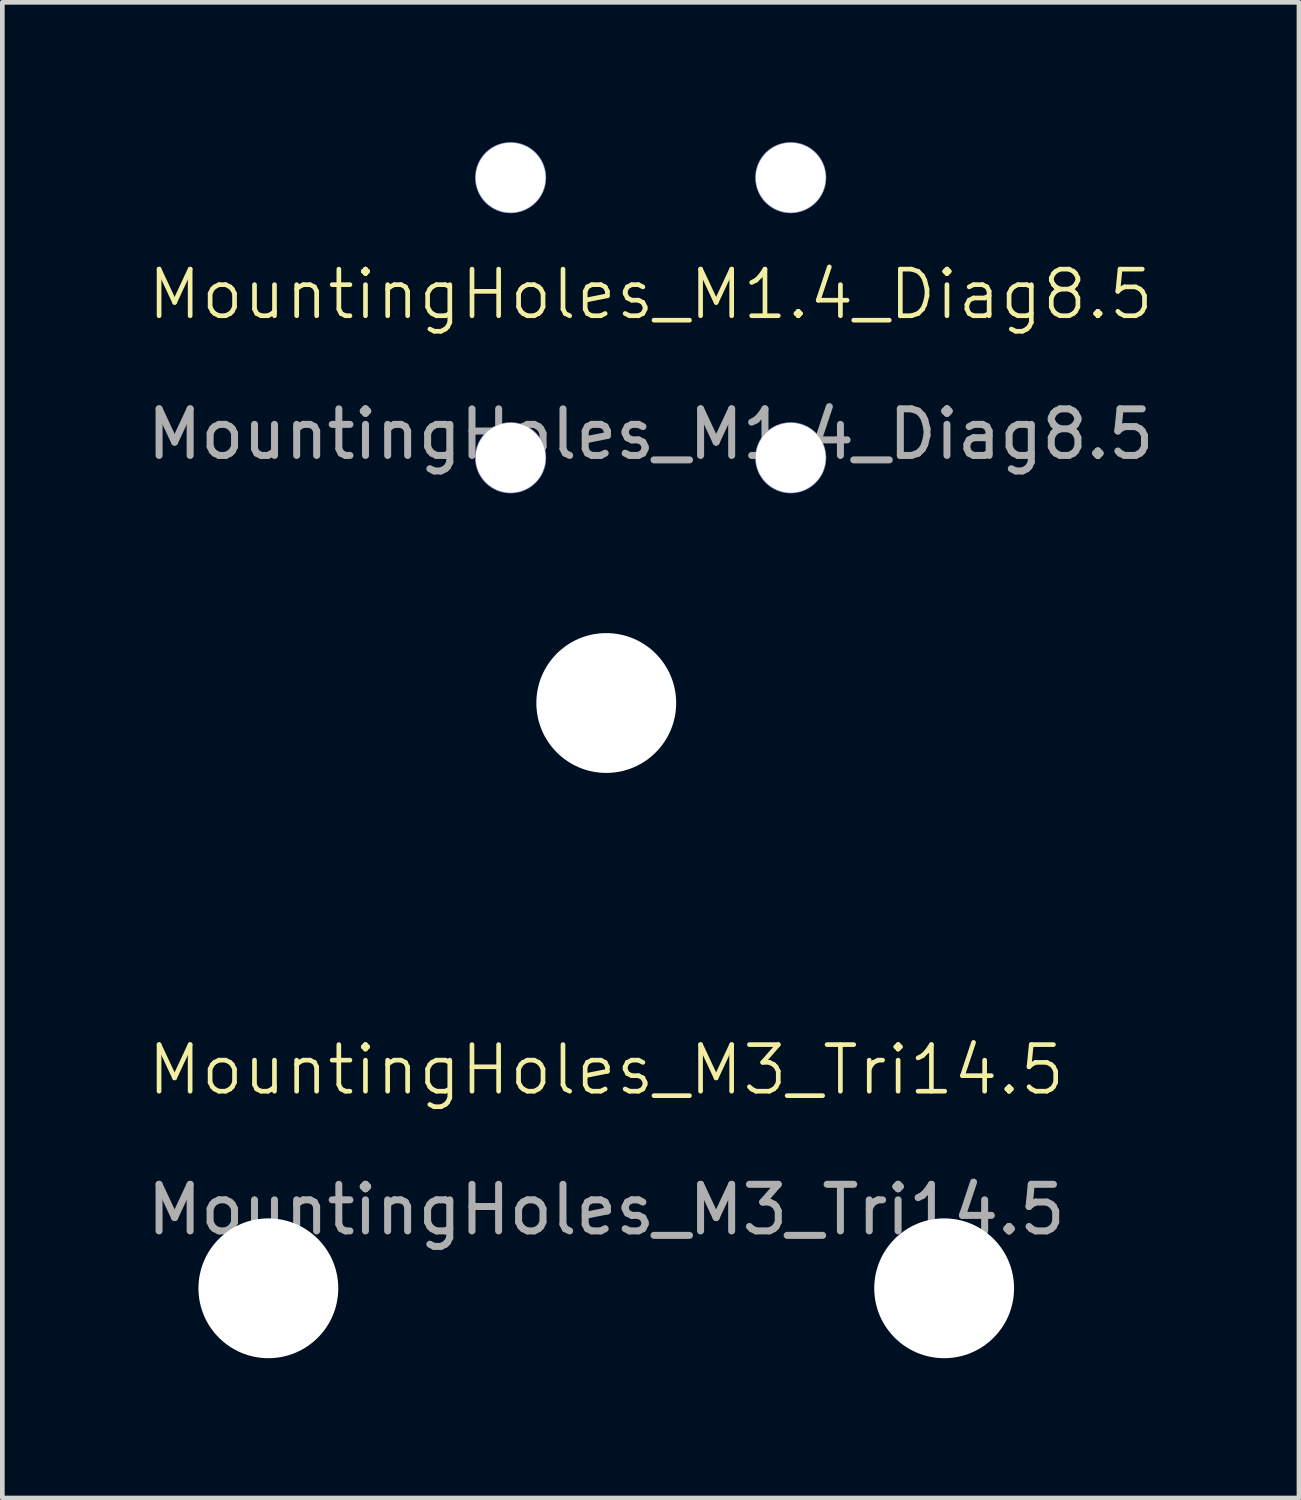
<source format=kicad_pcb>
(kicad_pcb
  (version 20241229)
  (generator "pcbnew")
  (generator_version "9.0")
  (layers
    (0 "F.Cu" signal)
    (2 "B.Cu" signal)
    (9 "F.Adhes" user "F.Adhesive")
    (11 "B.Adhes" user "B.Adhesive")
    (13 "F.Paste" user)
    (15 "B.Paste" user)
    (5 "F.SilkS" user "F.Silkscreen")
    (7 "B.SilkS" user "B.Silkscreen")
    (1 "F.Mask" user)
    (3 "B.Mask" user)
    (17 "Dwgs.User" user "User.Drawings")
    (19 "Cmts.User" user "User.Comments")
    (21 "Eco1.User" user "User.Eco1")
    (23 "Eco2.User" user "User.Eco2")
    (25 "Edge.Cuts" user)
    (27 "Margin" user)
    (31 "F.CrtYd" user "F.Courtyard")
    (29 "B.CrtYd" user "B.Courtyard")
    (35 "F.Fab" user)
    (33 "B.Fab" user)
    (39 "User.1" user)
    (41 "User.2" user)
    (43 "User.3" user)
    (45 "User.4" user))
  (footprint "MountingHoles_M1.4_Diag8.5"
    (layer "F.Cu")
    (at 10.911 3.767)
    (property "Reference" "MountingHoles_M1.4_Diag8.5" (at 0 -0.5 0) (unlocked yes) (layer "F.SilkS") (effects (font (size 1 1) (thickness 0.1))))
    (attr through_hole)
    (fp_text user "${REFERENCE}" (at 0 2.5 0) (unlocked yes) (layer "F.Fab") (effects (font (size 1 1) (thickness 0.15))))
    (pad "" np_thru_hole circle (at -3.005 -3.005) (size 1.524 1.524) (drill 1.5) (layers "*.Cu" "*.Mask"))
    (pad "" np_thru_hole circle (at -3.005 3.005) (size 1.524 1.524) (drill 1.5) (layers "*.Cu" "*.Mask"))
    (pad "" np_thru_hole circle (at 3.005 -3.005) (size 1.524 1.524) (drill 1.5) (layers "*.Cu" "*.Mask"))
    (pad "" np_thru_hole circle (at 3.005 3.005) (size 1.524 1.524) (drill 1.5) (layers "*.Cu" "*.Mask")))
  (footprint "MountingHoles_M3_Tri14.5"
    (layer "F.Cu")
    (at 9.958 20.406)
    (property "Reference" "MountingHoles_M3_Tri14.5" (at 0 -0.5 0) (unlocked yes) (layer "F.SilkS") (effects (font (size 1 1) (thickness 0.1))))
    (attr through_hole)
    (fp_text user "${REFERENCE}" (at 0 2.5 0) (unlocked yes) (layer "F.Fab") (effects (font (size 1 1) (thickness 0.15))))
    (pad "" np_thru_hole circle (at -7.25 4.186) (size 3 3) (drill 3) (layers "*.Cu" "*.Mask"))
    (pad "" np_thru_hole circle (at 0 -8.372) (size 3 3) (drill 3) (layers "*.Cu" "*.Mask"))
    (pad "" np_thru_hole circle (at 7.25 4.186) (size 3 3) (drill 3) (layers "*.Cu" "*.Mask")))
  (gr_rect
    (start -3 -3)
    (end 24.821 29.092)
    (stroke (width 0.1) (type default))
    (fill no)
    (layer "Edge.Cuts")))
</source>
